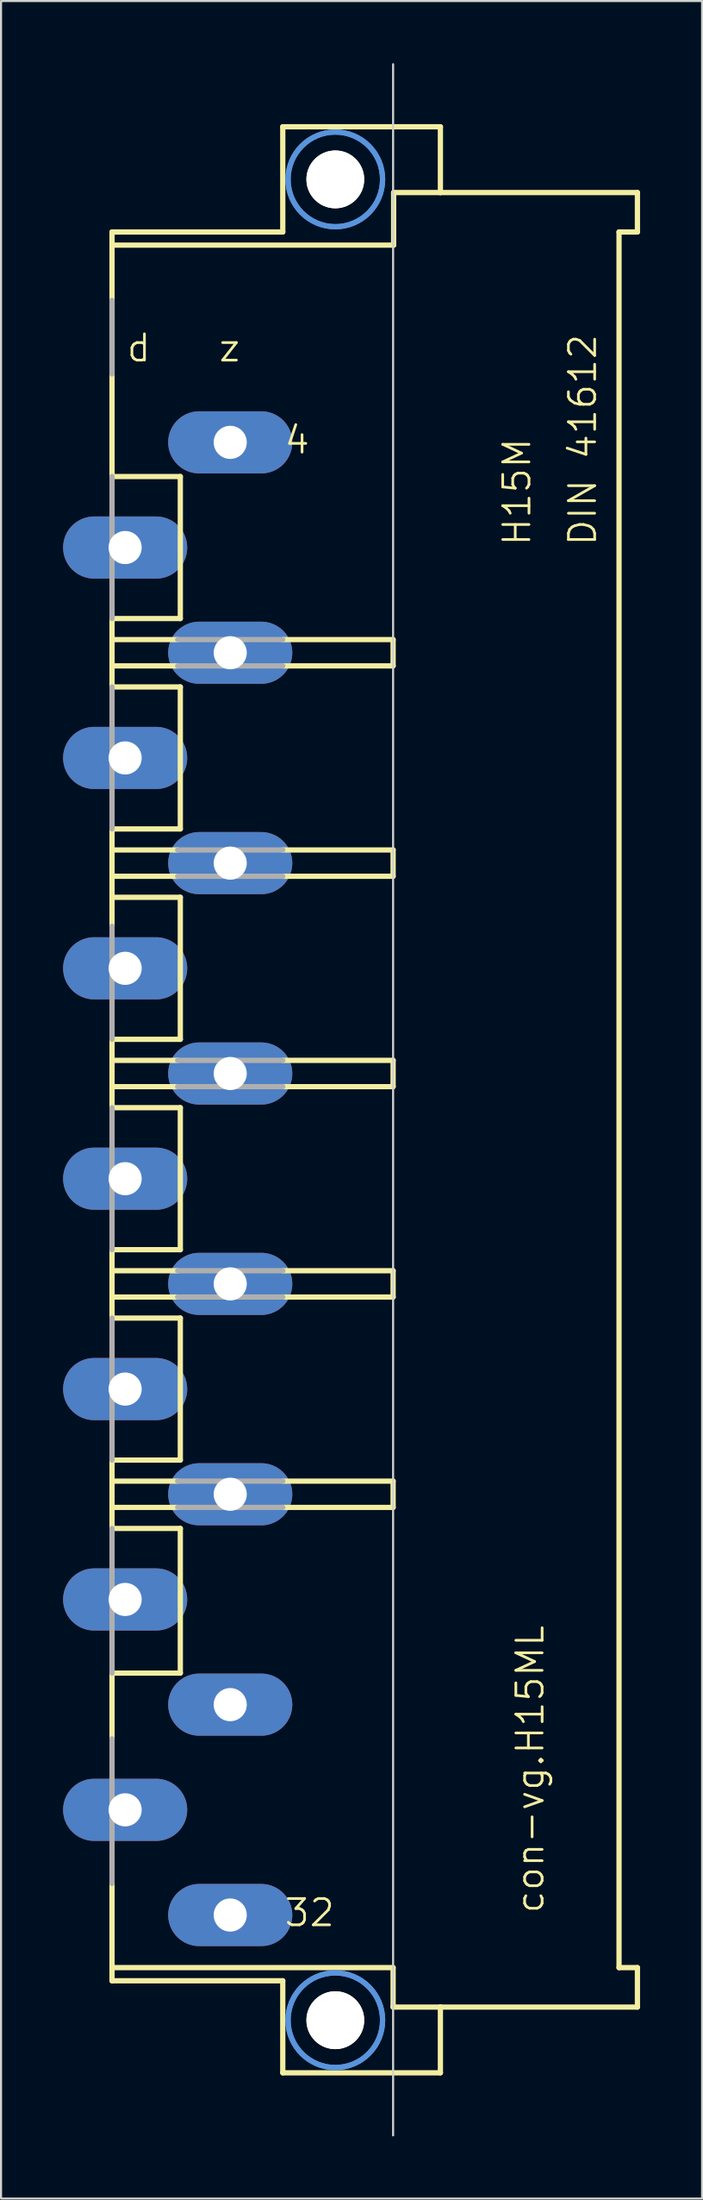
<source format=kicad_pcb>
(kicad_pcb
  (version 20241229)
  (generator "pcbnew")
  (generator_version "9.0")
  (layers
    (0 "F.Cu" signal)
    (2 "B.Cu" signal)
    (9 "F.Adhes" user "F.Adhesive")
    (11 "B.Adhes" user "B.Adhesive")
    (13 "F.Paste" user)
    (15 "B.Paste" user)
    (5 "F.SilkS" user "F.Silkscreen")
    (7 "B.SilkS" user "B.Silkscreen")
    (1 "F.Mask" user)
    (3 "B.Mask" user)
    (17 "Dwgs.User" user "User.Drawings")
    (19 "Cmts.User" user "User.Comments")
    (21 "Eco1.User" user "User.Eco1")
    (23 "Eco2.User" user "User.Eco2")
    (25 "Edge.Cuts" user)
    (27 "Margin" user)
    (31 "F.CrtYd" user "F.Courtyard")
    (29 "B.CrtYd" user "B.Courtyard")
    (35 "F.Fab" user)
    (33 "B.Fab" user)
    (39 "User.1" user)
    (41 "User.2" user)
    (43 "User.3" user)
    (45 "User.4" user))
  (footprint "con-vg.H15ML"
    (layer "F.Cu")
    (at 13.16 50.063)
    (property "Reference" "con-vg.H15ML" (at 10.16 39.37 90) (layer "F.SilkS") (effects (font (size 1.27 1.27) (thickness 0.13)) (justify left bottom)))
    (attr through_hole)
    (fp_line (start -10.795 -41.275) (end -10.795 -41.91) (stroke (width 0.254) (type default)) (layer "F.SilkS"))
    (fp_line (start -10.795 -30.099) (end -10.795 -41.275) (stroke (width 0.254) (type default)) (layer "F.SilkS"))
    (fp_line (start -10.795 -30.099) (end -7.493 -30.099) (stroke (width 0.254) (type default)) (layer "F.SilkS"))
    (fp_line (start -10.795 -23.241) (end -7.493 -23.241) (stroke (width 0.254) (type default)) (layer "F.SilkS"))
    (fp_line (start -10.795 -22.225) (end -10.795 -23.241) (stroke (width 0.254) (type default)) (layer "F.SilkS"))
    (fp_line (start -10.795 -22.225) (end -7.62 -22.225) (stroke (width 0.254) (type default)) (layer "F.SilkS"))
    (fp_line (start -10.795 -20.955) (end -10.795 -22.225) (stroke (width 0.254) (type default)) (layer "F.SilkS"))
    (fp_line (start -10.795 -20.955) (end -7.62 -20.955) (stroke (width 0.254) (type default)) (layer "F.SilkS"))
    (fp_line (start -10.795 -19.939) (end -10.795 -20.955) (stroke (width 0.254) (type default)) (layer "F.SilkS"))
    (fp_line (start -10.795 -19.939) (end -7.493 -19.939) (stroke (width 0.254) (type default)) (layer "F.SilkS"))
    (fp_line (start -10.795 -13.081) (end -7.493 -13.081) (stroke (width 0.254) (type default)) (layer "F.SilkS"))
    (fp_line (start -10.795 -12.065) (end -10.795 -13.081) (stroke (width 0.254) (type default)) (layer "F.SilkS"))
    (fp_line (start -10.795 -12.065) (end -7.62 -12.065) (stroke (width 0.254) (type default)) (layer "F.SilkS"))
    (fp_line (start -10.795 -10.795) (end -10.795 -12.065) (stroke (width 0.254) (type default)) (layer "F.SilkS"))
    (fp_line (start -10.795 -10.795) (end -7.62 -10.795) (stroke (width 0.254) (type default)) (layer "F.SilkS"))
    (fp_line (start -10.795 -9.779) (end -10.795 -10.795) (stroke (width 0.254) (type default)) (layer "F.SilkS"))
    (fp_line (start -10.795 -9.779) (end -10.795 -8.382) (stroke (width 0.254) (type default)) (layer "F.SilkS"))
    (fp_line (start -10.795 -9.779) (end -7.493 -9.779) (stroke (width 0.254) (type default)) (layer "F.SilkS"))
    (fp_line (start -10.795 -2.921) (end -7.493 -2.921) (stroke (width 0.254) (type default)) (layer "F.SilkS"))
    (fp_line (start -10.795 -1.905) (end -10.795 -2.921) (stroke (width 0.254) (type default)) (layer "F.SilkS"))
    (fp_line (start -10.795 -1.905) (end -7.62 -1.905) (stroke (width 0.254) (type default)) (layer "F.SilkS"))
    (fp_line (start -10.795 -0.635) (end -10.795 -1.905) (stroke (width 0.254) (type default)) (layer "F.SilkS"))
    (fp_line (start -10.795 -0.635) (end -7.62 -0.635) (stroke (width 0.254) (type default)) (layer "F.SilkS"))
    (fp_line (start -10.795 0.381) (end -10.795 -0.635) (stroke (width 0.254) (type default)) (layer "F.SilkS"))
    (fp_line (start -10.795 0.381) (end -7.493 0.381) (stroke (width 0.254) (type default)) (layer "F.SilkS"))
    (fp_line (start -10.795 7.239) (end -7.493 7.239) (stroke (width 0.254) (type default)) (layer "F.SilkS"))
    (fp_line (start -10.795 8.255) (end -10.795 7.239) (stroke (width 0.254) (type default)) (layer "F.SilkS"))
    (fp_line (start -10.795 8.255) (end -7.62 8.255) (stroke (width 0.254) (type default)) (layer "F.SilkS"))
    (fp_line (start -10.795 9.525) (end -10.795 8.255) (stroke (width 0.254) (type default)) (layer "F.SilkS"))
    (fp_line (start -10.795 9.525) (end -7.62 9.525) (stroke (width 0.254) (type default)) (layer "F.SilkS"))
    (fp_line (start -10.795 10.541) (end -10.795 9.525) (stroke (width 0.254) (type default)) (layer "F.SilkS"))
    (fp_line (start -10.795 10.541) (end -7.493 10.541) (stroke (width 0.254) (type default)) (layer "F.SilkS"))
    (fp_line (start -10.795 17.399) (end -7.493 17.399) (stroke (width 0.254) (type default)) (layer "F.SilkS"))
    (fp_line (start -10.795 18.415) (end -10.795 17.399) (stroke (width 0.254) (type default)) (layer "F.SilkS"))
    (fp_line (start -10.795 18.415) (end -7.62 18.415) (stroke (width 0.254) (type default)) (layer "F.SilkS"))
    (fp_line (start -10.795 19.685) (end -10.795 18.415) (stroke (width 0.254) (type default)) (layer "F.SilkS"))
    (fp_line (start -10.795 19.685) (end -7.62 19.685) (stroke (width 0.254) (type default)) (layer "F.SilkS"))
    (fp_line (start -10.795 20.701) (end -10.795 19.685) (stroke (width 0.254) (type default)) (layer "F.SilkS"))
    (fp_line (start -10.795 20.701) (end -7.493 20.701) (stroke (width 0.254) (type default)) (layer "F.SilkS"))
    (fp_line (start -10.795 27.686) (end -7.493 27.686) (stroke (width 0.254) (type default)) (layer "F.SilkS"))
    (fp_line (start -10.795 30.861) (end -10.795 27.686) (stroke (width 0.254) (type default)) (layer "F.SilkS"))
    (fp_line (start -10.795 41.91) (end -10.795 37.846) (stroke (width 0.254) (type default)) (layer "F.SilkS"))
    (fp_line (start -10.795 41.91) (end 2.794 41.91) (stroke (width 0.254) (type default)) (layer "F.SilkS"))
    (fp_line (start -10.795 42.545) (end -10.795 41.91) (stroke (width 0.254) (type default)) (layer "F.SilkS"))
    (fp_line (start -7.493 -23.241) (end -7.493 -30.099) (stroke (width 0.254) (type default)) (layer "F.SilkS"))
    (fp_line (start -7.493 -13.081) (end -7.493 -19.939) (stroke (width 0.254) (type default)) (layer "F.SilkS"))
    (fp_line (start -7.493 -2.921) (end -7.493 -9.779) (stroke (width 0.254) (type default)) (layer "F.SilkS"))
    (fp_line (start -7.493 7.239) (end -7.493 0.381) (stroke (width 0.254) (type default)) (layer "F.SilkS"))
    (fp_line (start -7.493 17.399) (end -7.493 10.541) (stroke (width 0.254) (type default)) (layer "F.SilkS"))
    (fp_line (start -7.493 27.686) (end -7.493 20.701) (stroke (width 0.254) (type default)) (layer "F.SilkS"))
    (fp_line (start -2.54 -46.99) (end -2.54 -41.91) (stroke (width 0.254) (type default)) (layer "F.SilkS"))
    (fp_line (start -2.54 -46.99) (end 5.08 -46.99) (stroke (width 0.254) (type default)) (layer "F.SilkS"))
    (fp_line (start -2.54 -41.91) (end -10.795 -41.91) (stroke (width 0.254) (type default)) (layer "F.SilkS"))
    (fp_line (start -2.54 -22.225) (end 2.794 -22.225) (stroke (width 0.254) (type default)) (layer "F.SilkS"))
    (fp_line (start -2.54 -20.955) (end 2.794 -20.955) (stroke (width 0.254) (type default)) (layer "F.SilkS"))
    (fp_line (start -2.54 -12.065) (end 2.794 -12.065) (stroke (width 0.254) (type default)) (layer "F.SilkS"))
    (fp_line (start -2.54 -10.795) (end 2.794 -10.795) (stroke (width 0.254) (type default)) (layer "F.SilkS"))
    (fp_line (start -2.54 -1.905) (end 2.794 -1.905) (stroke (width 0.254) (type default)) (layer "F.SilkS"))
    (fp_line (start -2.54 -0.635) (end 2.794 -0.635) (stroke (width 0.254) (type default)) (layer "F.SilkS"))
    (fp_line (start -2.54 8.255) (end 2.794 8.255) (stroke (width 0.254) (type default)) (layer "F.SilkS"))
    (fp_line (start -2.54 9.525) (end 2.794 9.525) (stroke (width 0.254) (type default)) (layer "F.SilkS"))
    (fp_line (start -2.54 18.415) (end 2.794 18.415) (stroke (width 0.254) (type default)) (layer "F.SilkS"))
    (fp_line (start -2.54 19.685) (end 2.794 19.685) (stroke (width 0.254) (type default)) (layer "F.SilkS"))
    (fp_line (start -2.54 42.545) (end -10.795 42.545) (stroke (width 0.254) (type default)) (layer "F.SilkS"))
    (fp_line (start -2.54 42.545) (end -2.54 46.99) (stroke (width 0.254) (type default)) (layer "F.SilkS"))
    (fp_line (start -2.54 46.99) (end 5.08 46.99) (stroke (width 0.254) (type default)) (layer "F.SilkS"))
    (fp_line (start 2.794 -22.225) (end 2.794 -20.955) (stroke (width 0.254) (type default)) (layer "F.SilkS"))
    (fp_line (start 2.794 -12.065) (end 2.794 -10.795) (stroke (width 0.254) (type default)) (layer "F.SilkS"))
    (fp_line (start 2.794 -1.905) (end 2.794 -0.635) (stroke (width 0.254) (type default)) (layer "F.SilkS"))
    (fp_line (start 2.794 8.255) (end 2.794 9.525) (stroke (width 0.254) (type default)) (layer "F.SilkS"))
    (fp_line (start 2.794 18.415) (end 2.794 19.685) (stroke (width 0.254) (type default)) (layer "F.SilkS"))
    (fp_line (start 2.794 41.91) (end 2.794 43.815) (stroke (width 0.254) (type default)) (layer "F.SilkS"))
    (fp_line (start 2.794 43.815) (end 5.08 43.815) (stroke (width 0.254) (type default)) (layer "F.SilkS"))
    (fp_line (start 2.819 -41.275) (end -10.795 -41.275) (stroke (width 0.254) (type default)) (layer "F.SilkS"))
    (fp_line (start 2.819 -41.275) (end 2.819 -43.815) (stroke (width 0.254) (type default)) (layer "F.SilkS"))
    (fp_line (start 5.08 -46.99) (end 5.08 -43.815) (stroke (width 0.254) (type default)) (layer "F.SilkS"))
    (fp_line (start 5.08 -43.815) (end 2.819 -43.815) (stroke (width 0.254) (type default)) (layer "F.SilkS"))
    (fp_line (start 5.08 -43.815) (end 14.605 -43.815) (stroke (width 0.254) (type default)) (layer "F.SilkS"))
    (fp_line (start 5.08 43.815) (end 14.605 43.815) (stroke (width 0.254) (type default)) (layer "F.SilkS"))
    (fp_line (start 5.08 46.99) (end 5.08 43.815) (stroke (width 0.254) (type default)) (layer "F.SilkS"))
    (fp_line (start 13.716 -41.91) (end 13.716 41.91) (stroke (width 0.254) (type default)) (layer "F.SilkS"))
    (fp_line (start 13.716 -41.91) (end 14.605 -41.91) (stroke (width 0.254) (type default)) (layer "F.SilkS"))
    (fp_line (start 13.716 41.91) (end 14.605 41.91) (stroke (width 0.254) (type default)) (layer "F.SilkS"))
    (fp_line (start 14.605 -43.815) (end 14.605 -41.91) (stroke (width 0.254) (type default)) (layer "F.SilkS"))
    (fp_line (start 14.605 43.815) (end 14.605 41.91) (stroke (width 0.254) (type default)) (layer "F.SilkS"))
    (fp_circle (center 0 -44.45) (end 1.27 -44.45) (stroke (width 0.254) (type default)) (fill no) (layer "F.SilkS"))
    (fp_circle (center 0 44.45) (end 1.27 44.45) (stroke (width 0.254) (type default)) (fill no) (layer "F.SilkS"))
    (fp_circle (center 0 -44.45) (end 2.286 -44.45) (stroke (width 0.254) (type default)) (fill no) (layer "Cmts.User"))
    (fp_circle (center 0 -44.45) (end 2.286 -44.45) (stroke (width 0.254) (type default)) (fill no) (layer "Cmts.User"))
    (fp_circle (center 0 44.45) (end 2.286 44.45) (stroke (width 0.254) (type default)) (fill no) (layer "Cmts.User"))
    (fp_circle (center 0 44.45) (end 2.286 44.45) (stroke (width 0.254) (type default)) (fill no) (layer "Cmts.User"))
    (fp_line (start 2.794 50.013) (end 2.794 -50.013) (stroke (width 0.1) (type default)) (layer "Edge.Cuts"))
    (fp_line (start -10.795 -35.052) (end -10.795 -38.608) (stroke (width 0.254) (type default)) (layer "F.Fab"))
    (fp_line (start -10.795 -23.241) (end -10.795 -30.099) (stroke (width 0.254) (type default)) (layer "F.Fab"))
    (fp_line (start -10.795 -13.081) (end -10.795 -19.939) (stroke (width 0.254) (type default)) (layer "F.Fab"))
    (fp_line (start -10.795 -2.921) (end -10.795 -8.382) (stroke (width 0.254) (type default)) (layer "F.Fab"))
    (fp_line (start -10.795 7.239) (end -10.795 0.381) (stroke (width 0.254) (type default)) (layer "F.Fab"))
    (fp_line (start -10.795 17.399) (end -10.795 10.541) (stroke (width 0.254) (type default)) (layer "F.Fab"))
    (fp_line (start -10.795 27.686) (end -10.795 20.701) (stroke (width 0.254) (type default)) (layer "F.Fab"))
    (fp_line (start -10.795 37.846) (end -10.795 30.861) (stroke (width 0.254) (type default)) (layer "F.Fab"))
    (fp_line (start -7.62 -22.225) (end -2.54 -22.225) (stroke (width 0.254) (type default)) (layer "F.Fab"))
    (fp_line (start -7.62 -20.955) (end -2.54 -20.955) (stroke (width 0.254) (type default)) (layer "F.Fab"))
    (fp_line (start -7.62 -12.065) (end -2.54 -12.065) (stroke (width 0.254) (type default)) (layer "F.Fab"))
    (fp_line (start -7.62 -10.795) (end -2.54 -10.795) (stroke (width 0.254) (type default)) (layer "F.Fab"))
    (fp_line (start -7.62 -1.905) (end -2.54 -1.905) (stroke (width 0.254) (type default)) (layer "F.Fab"))
    (fp_line (start -7.62 -0.635) (end -2.54 -0.635) (stroke (width 0.254) (type default)) (layer "F.Fab"))
    (fp_line (start -7.62 8.255) (end -2.54 8.255) (stroke (width 0.254) (type default)) (layer "F.Fab"))
    (fp_line (start -7.62 9.525) (end -2.54 9.525) (stroke (width 0.254) (type default)) (layer "F.Fab"))
    (fp_line (start -7.62 18.415) (end -2.54 18.415) (stroke (width 0.254) (type default)) (layer "F.Fab"))
    (fp_line (start -7.62 19.685) (end -2.54 19.685) (stroke (width 0.254) (type default)) (layer "F.Fab"))
    (fp_text user "4" (at -2.54 -31.115 0) (layer "F.SilkS") (effects (font (size 1.27 1.27) (thickness 0.13)) (justify left bottom)))
    (fp_text user "H15M" (at 9.525 -26.67 90) (layer "F.SilkS") (effects (font (size 1.27 1.27) (thickness 0.13)) (justify left bottom)))
    (fp_text user "z" (at -5.715 -35.56 0) (layer "F.SilkS") (effects (font (size 1.27 1.27) (thickness 0.13)) (justify left bottom)))
    (fp_text user "DIN 41612" (at 12.7 -26.67 90) (layer "F.SilkS") (effects (font (size 1.27 1.27) (thickness 0.13)) (justify left bottom)))
    (fp_text user "d" (at -10.16 -35.56 0) (layer "F.SilkS") (effects (font (size 1.27 1.27) (thickness 0.13)) (justify left bottom)))
    (fp_text user "32" (at -2.54 40.005 0) (layer "F.SilkS") (effects (font (size 1.27 1.27) (thickness 0.13)) (justify left bottom)))
    (pad "" np_thru_hole circle (at 0 -44.45) (size 2.794 2.794) (drill 2.794) (layers "*.Cu" "*.Mask"))
    (pad "" np_thru_hole circle (at 0 44.45) (size 2.794 2.794) (drill 2.794) (layers "*.Cu" "*.Mask"))
    (pad "D6" thru_hole oval (at -10.16 -26.67) (size 6 3) (drill 1.6) (layers "*.Cu" "*.Mask"))
    (pad "D10" thru_hole oval (at -10.16 -16.51) (size 6 3) (drill 1.6) (layers "*.Cu" "*.Mask"))
    (pad "D14" thru_hole oval (at -10.16 -6.35) (size 6 3) (drill 1.6) (layers "*.Cu" "*.Mask"))
    (pad "D18" thru_hole oval (at -10.16 3.81) (size 6 3) (drill 1.6) (layers "*.Cu" "*.Mask"))
    (pad "D22" thru_hole oval (at -10.16 13.97) (size 6 3) (drill 1.6) (layers "*.Cu" "*.Mask"))
    (pad "D26" thru_hole oval (at -10.16 24.13) (size 6 3) (drill 1.6) (layers "*.Cu" "*.Mask"))
    (pad "D30" thru_hole oval (at -10.16 34.29) (size 6 3) (drill 1.6) (layers "*.Cu" "*.Mask"))
    (pad "Z4" thru_hole oval (at -5.08 -31.75) (size 6 3) (drill 1.6) (layers "*.Cu" "*.Mask"))
    (pad "Z8" thru_hole oval (at -5.08 -21.59) (size 6 3) (drill 1.6) (layers "*.Cu" "*.Mask"))
    (pad "Z12" thru_hole oval (at -5.08 -11.43) (size 6 3) (drill 1.6) (layers "*.Cu" "*.Mask"))
    (pad "Z16" thru_hole oval (at -5.08 -1.27) (size 6 3) (drill 1.6) (layers "*.Cu" "*.Mask"))
    (pad "Z20" thru_hole oval (at -5.08 8.89) (size 6 3) (drill 1.6) (layers "*.Cu" "*.Mask"))
    (pad "Z24" thru_hole oval (at -5.08 19.05) (size 6 3) (drill 1.6) (layers "*.Cu" "*.Mask"))
    (pad "Z28" thru_hole oval (at -5.08 29.21) (size 6 3) (drill 1.6) (layers "*.Cu" "*.Mask"))
    (pad "Z32" thru_hole oval (at -5.08 39.37) (size 6 3) (drill 1.6) (layers "*.Cu" "*.Mask")))
  (gr_rect
    (start -3 -3)
    (end 30.892 103.125)
    (stroke (width 0.1) (type default))
    (fill no)
    (layer "Edge.Cuts")))
</source>
